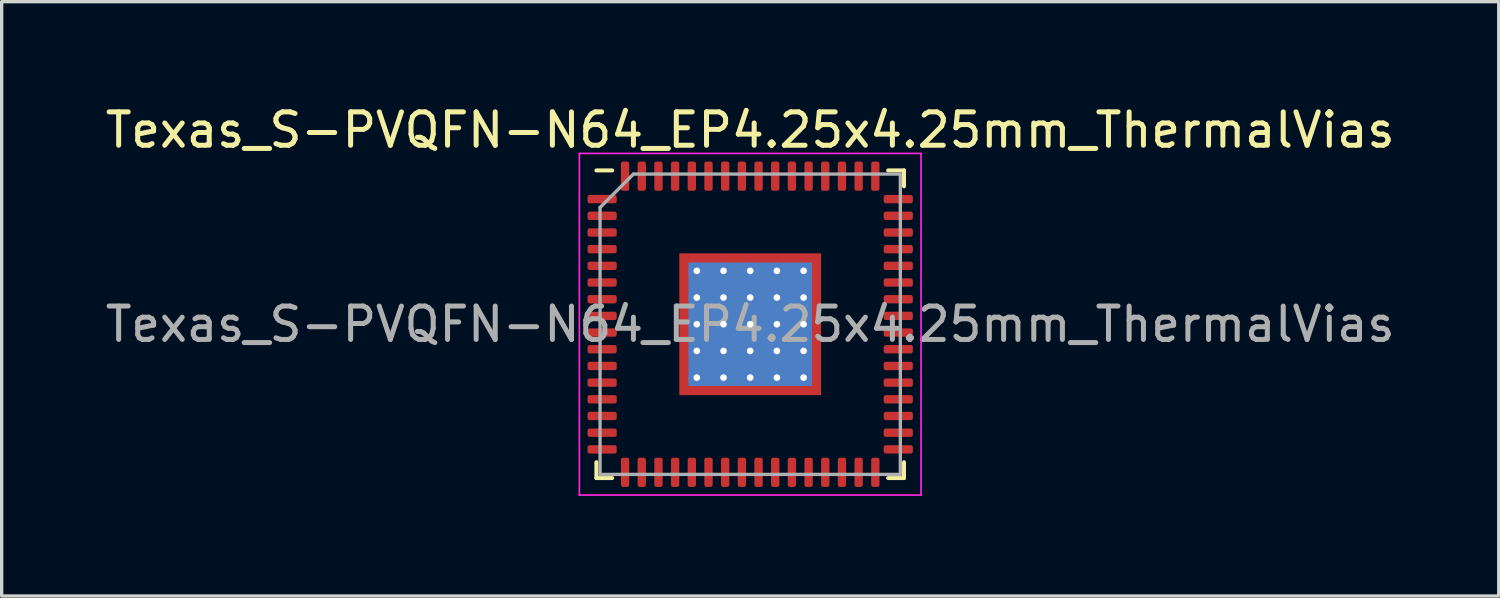
<source format=kicad_pcb>
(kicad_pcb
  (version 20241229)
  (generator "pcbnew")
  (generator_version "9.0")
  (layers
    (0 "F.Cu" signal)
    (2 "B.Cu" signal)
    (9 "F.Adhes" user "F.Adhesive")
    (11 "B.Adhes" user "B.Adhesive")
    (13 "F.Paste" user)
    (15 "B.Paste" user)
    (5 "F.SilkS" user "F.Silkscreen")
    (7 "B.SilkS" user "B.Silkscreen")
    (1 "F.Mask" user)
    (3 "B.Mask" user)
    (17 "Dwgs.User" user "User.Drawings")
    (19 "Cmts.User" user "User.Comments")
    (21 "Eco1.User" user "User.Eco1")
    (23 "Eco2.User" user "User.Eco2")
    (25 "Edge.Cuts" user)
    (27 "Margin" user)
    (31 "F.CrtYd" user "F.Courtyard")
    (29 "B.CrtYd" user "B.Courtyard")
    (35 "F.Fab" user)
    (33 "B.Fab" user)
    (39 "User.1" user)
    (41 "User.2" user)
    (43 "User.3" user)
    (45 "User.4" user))
  (footprint "Texas_S-PVQFN-N64_EP4.25x4.25mm_ThermalVias"
    (layer "F.Cu")
    (at 19.435 6.668)
    (property "Reference" "Texas_S-PVQFN-N64_EP4.25x4.25mm_ThermalVias" (at 0 -5.82 0) (layer "F.SilkS") (effects (font (size 1 1) (thickness 0.15))))
    (attr smd)
    (fp_line (start -4.61 4.61) (end -4.61 4.135) (stroke (width 0.12) (type solid)) (layer "F.SilkS"))
    (fp_line (start -4.135 -4.61) (end -4.61 -4.61) (stroke (width 0.12) (type solid)) (layer "F.SilkS"))
    (fp_line (start -4.135 4.61) (end -4.61 4.61) (stroke (width 0.12) (type solid)) (layer "F.SilkS"))
    (fp_line (start 4.135 -4.61) (end 4.61 -4.61) (stroke (width 0.12) (type solid)) (layer "F.SilkS"))
    (fp_line (start 4.135 4.61) (end 4.61 4.61) (stroke (width 0.12) (type solid)) (layer "F.SilkS"))
    (fp_line (start 4.61 -4.61) (end 4.61 -4.135) (stroke (width 0.12) (type solid)) (layer "F.SilkS"))
    (fp_line (start 4.61 4.61) (end 4.61 4.135) (stroke (width 0.12) (type solid)) (layer "F.SilkS"))
    (fp_line (start -5.12 -5.12) (end -5.12 5.12) (stroke (width 0.05) (type solid)) (layer "F.CrtYd"))
    (fp_line (start -5.12 5.12) (end 5.12 5.12) (stroke (width 0.05) (type solid)) (layer "F.CrtYd"))
    (fp_line (start 5.12 -5.12) (end -5.12 -5.12) (stroke (width 0.05) (type solid)) (layer "F.CrtYd"))
    (fp_line (start 5.12 5.12) (end 5.12 -5.12) (stroke (width 0.05) (type solid)) (layer "F.CrtYd"))
    (fp_line (start -4.5 -3.5) (end -3.5 -4.5) (stroke (width 0.1) (type solid)) (layer "F.Fab"))
    (fp_line (start -4.5 4.5) (end -4.5 -3.5) (stroke (width 0.1) (type solid)) (layer "F.Fab"))
    (fp_line (start -3.5 -4.5) (end 4.5 -4.5) (stroke (width 0.1) (type solid)) (layer "F.Fab"))
    (fp_line (start 4.5 -4.5) (end 4.5 4.5) (stroke (width 0.1) (type solid)) (layer "F.Fab"))
    (fp_line (start 4.5 4.5) (end -4.5 4.5) (stroke (width 0.1) (type solid)) (layer "F.Fab"))
    (fp_text user "${REFERENCE}" (at 0 0 0) (layer "F.Fab") (effects (font (size 1 1) (thickness 0.15))))
    (pad "" smd custom (at -1.863 -1.863) (size 0.295 0.295) (layers "F.Paste") (options (anchor circle)) (primitives (gr_poly (pts (xy 0.106 -0.013) (xy -0.013 0.106) (xy -0.106 0.106) (xy -0.106 -0.106) (xy 0.106 -0.106)) (width 0.212) (fill yes))))
    (pad "" smd custom (at -1.863 -1.2) (size 0.314 0.314) (layers "F.Paste") (options (anchor circle)) (primitives (gr_poly (pts (xy 0.106 -0.124) (xy 0.106 0.124) (xy 0.013 0.217) (xy -0.106 0.217) (xy -0.106 -0.217) (xy 0.013 -0.217)) (width 0.212) (fill yes))))
    (pad "" smd custom (at -1.863 -0.4) (size 0.314 0.314) (layers "F.Paste") (options (anchor circle)) (primitives (gr_poly (pts (xy 0.106 -0.124) (xy 0.106 0.124) (xy 0.013 0.217) (xy -0.106 0.217) (xy -0.106 -0.217) (xy 0.013 -0.217)) (width 0.212) (fill yes))))
    (pad "" smd custom (at -1.863 0.4) (size 0.314 0.314) (layers "F.Paste") (options (anchor circle)) (primitives (gr_poly (pts (xy 0.106 -0.124) (xy 0.106 0.124) (xy 0.013 0.217) (xy -0.106 0.217) (xy -0.106 -0.217) (xy 0.013 -0.217)) (width 0.212) (fill yes))))
    (pad "" smd custom (at -1.863 1.2) (size 0.314 0.314) (layers "F.Paste") (options (anchor circle)) (primitives (gr_poly (pts (xy 0.106 -0.124) (xy 0.106 0.124) (xy 0.013 0.217) (xy -0.106 0.217) (xy -0.106 -0.217) (xy 0.013 -0.217)) (width 0.212) (fill yes))))
    (pad "" smd custom (at -1.863 1.863) (size 0.295 0.295) (layers "F.Paste") (options (anchor circle)) (primitives (gr_poly (pts (xy 0.106 0.013) (xy 0.106 0.106) (xy -0.106 0.106) (xy -0.106 -0.106) (xy -0.013 -0.106)) (width 0.212) (fill yes))))
    (pad "" smd custom (at -1.2 -1.863) (size 0.314 0.314) (layers "F.Paste") (options (anchor circle)) (primitives (gr_poly (pts (xy 0.217 0.013) (xy 0.124 0.106) (xy -0.124 0.106) (xy -0.217 0.013) (xy -0.217 -0.106) (xy 0.217 -0.106)) (width 0.212) (fill yes))))
    (pad "" smd custom (at -1.2 -1.2) (size 0.555 0.555) (layers "F.Paste") (options (anchor circle)) (primitives (gr_poly (pts (xy 0.232 -0.157) (xy 0.232 0.157) (xy 0.157 0.232) (xy -0.157 0.232) (xy -0.232 0.157) (xy -0.232 -0.157) (xy -0.157 -0.232) (xy 0.157 -0.232)) (width 0.181) (fill yes))))
    (pad "" smd custom (at -1.2 -0.4) (size 0.555 0.555) (layers "F.Paste") (options (anchor circle)) (primitives (gr_poly (pts (xy 0.232 -0.157) (xy 0.232 0.157) (xy 0.157 0.232) (xy -0.157 0.232) (xy -0.232 0.157) (xy -0.232 -0.157) (xy -0.157 -0.232) (xy 0.157 -0.232)) (width 0.181) (fill yes))))
    (pad "" smd custom (at -1.2 0.4) (size 0.555 0.555) (layers "F.Paste") (options (anchor circle)) (primitives (gr_poly (pts (xy 0.232 -0.157) (xy 0.232 0.157) (xy 0.157 0.232) (xy -0.157 0.232) (xy -0.232 0.157) (xy -0.232 -0.157) (xy -0.157 -0.232) (xy 0.157 -0.232)) (width 0.181) (fill yes))))
    (pad "" smd custom (at -1.2 1.2) (size 0.555 0.555) (layers "F.Paste") (options (anchor circle)) (primitives (gr_poly (pts (xy 0.232 -0.157) (xy 0.232 0.157) (xy 0.157 0.232) (xy -0.157 0.232) (xy -0.232 0.157) (xy -0.232 -0.157) (xy -0.157 -0.232) (xy 0.157 -0.232)) (width 0.181) (fill yes))))
    (pad "" smd custom (at -1.2 1.863) (size 0.314 0.314) (layers "F.Paste") (options (anchor circle)) (primitives (gr_poly (pts (xy 0.217 -0.013) (xy 0.217 0.106) (xy -0.217 0.106) (xy -0.217 -0.013) (xy -0.124 -0.106) (xy 0.124 -0.106)) (width 0.212) (fill yes))))
    (pad "" smd custom (at -0.4 -1.863) (size 0.314 0.314) (layers "F.Paste") (options (anchor circle)) (primitives (gr_poly (pts (xy 0.217 0.013) (xy 0.124 0.106) (xy -0.124 0.106) (xy -0.217 0.013) (xy -0.217 -0.106) (xy 0.217 -0.106)) (width 0.212) (fill yes))))
    (pad "" smd custom (at -0.4 -1.2) (size 0.555 0.555) (layers "F.Paste") (options (anchor circle)) (primitives (gr_poly (pts (xy 0.232 -0.157) (xy 0.232 0.157) (xy 0.157 0.232) (xy -0.157 0.232) (xy -0.232 0.157) (xy -0.232 -0.157) (xy -0.157 -0.232) (xy 0.157 -0.232)) (width 0.181) (fill yes))))
    (pad "" smd custom (at -0.4 -0.4) (size 0.555 0.555) (layers "F.Paste") (options (anchor circle)) (primitives (gr_poly (pts (xy 0.232 -0.157) (xy 0.232 0.157) (xy 0.157 0.232) (xy -0.157 0.232) (xy -0.232 0.157) (xy -0.232 -0.157) (xy -0.157 -0.232) (xy 0.157 -0.232)) (width 0.181) (fill yes))))
    (pad "" smd custom (at -0.4 0.4) (size 0.555 0.555) (layers "F.Paste") (options (anchor circle)) (primitives (gr_poly (pts (xy 0.232 -0.157) (xy 0.232 0.157) (xy 0.157 0.232) (xy -0.157 0.232) (xy -0.232 0.157) (xy -0.232 -0.157) (xy -0.157 -0.232) (xy 0.157 -0.232)) (width 0.181) (fill yes))))
    (pad "" smd custom (at -0.4 1.2) (size 0.555 0.555) (layers "F.Paste") (options (anchor circle)) (primitives (gr_poly (pts (xy 0.232 -0.157) (xy 0.232 0.157) (xy 0.157 0.232) (xy -0.157 0.232) (xy -0.232 0.157) (xy -0.232 -0.157) (xy -0.157 -0.232) (xy 0.157 -0.232)) (width 0.181) (fill yes))))
    (pad "" smd custom (at -0.4 1.863) (size 0.314 0.314) (layers "F.Paste") (options (anchor circle)) (primitives (gr_poly (pts (xy 0.217 -0.013) (xy 0.217 0.106) (xy -0.217 0.106) (xy -0.217 -0.013) (xy -0.124 -0.106) (xy 0.124 -0.106)) (width 0.212) (fill yes))))
    (pad "" smd custom (at 0.4 -1.863) (size 0.314 0.314) (layers "F.Paste") (options (anchor circle)) (primitives (gr_poly (pts (xy 0.217 0.013) (xy 0.124 0.106) (xy -0.124 0.106) (xy -0.217 0.013) (xy -0.217 -0.106) (xy 0.217 -0.106)) (width 0.212) (fill yes))))
    (pad "" smd custom (at 0.4 -1.2) (size 0.555 0.555) (layers "F.Paste") (options (anchor circle)) (primitives (gr_poly (pts (xy 0.232 -0.157) (xy 0.232 0.157) (xy 0.157 0.232) (xy -0.157 0.232) (xy -0.232 0.157) (xy -0.232 -0.157) (xy -0.157 -0.232) (xy 0.157 -0.232)) (width 0.181) (fill yes))))
    (pad "" smd custom (at 0.4 -0.4) (size 0.555 0.555) (layers "F.Paste") (options (anchor circle)) (primitives (gr_poly (pts (xy 0.232 -0.157) (xy 0.232 0.157) (xy 0.157 0.232) (xy -0.157 0.232) (xy -0.232 0.157) (xy -0.232 -0.157) (xy -0.157 -0.232) (xy 0.157 -0.232)) (width 0.181) (fill yes))))
    (pad "" smd custom (at 0.4 0.4) (size 0.555 0.555) (layers "F.Paste") (options (anchor circle)) (primitives (gr_poly (pts (xy 0.232 -0.157) (xy 0.232 0.157) (xy 0.157 0.232) (xy -0.157 0.232) (xy -0.232 0.157) (xy -0.232 -0.157) (xy -0.157 -0.232) (xy 0.157 -0.232)) (width 0.181) (fill yes))))
    (pad "" smd custom (at 0.4 1.2) (size 0.555 0.555) (layers "F.Paste") (options (anchor circle)) (primitives (gr_poly (pts (xy 0.232 -0.157) (xy 0.232 0.157) (xy 0.157 0.232) (xy -0.157 0.232) (xy -0.232 0.157) (xy -0.232 -0.157) (xy -0.157 -0.232) (xy 0.157 -0.232)) (width 0.181) (fill yes))))
    (pad "" smd custom (at 0.4 1.863) (size 0.314 0.314) (layers "F.Paste") (options (anchor circle)) (primitives (gr_poly (pts (xy 0.217 -0.013) (xy 0.217 0.106) (xy -0.217 0.106) (xy -0.217 -0.013) (xy -0.124 -0.106) (xy 0.124 -0.106)) (width 0.212) (fill yes))))
    (pad "" smd custom (at 1.2 -1.863) (size 0.314 0.314) (layers "F.Paste") (options (anchor circle)) (primitives (gr_poly (pts (xy 0.217 0.013) (xy 0.124 0.106) (xy -0.124 0.106) (xy -0.217 0.013) (xy -0.217 -0.106) (xy 0.217 -0.106)) (width 0.212) (fill yes))))
    (pad "" smd custom (at 1.2 -1.2) (size 0.555 0.555) (layers "F.Paste") (options (anchor circle)) (primitives (gr_poly (pts (xy 0.232 -0.157) (xy 0.232 0.157) (xy 0.157 0.232) (xy -0.157 0.232) (xy -0.232 0.157) (xy -0.232 -0.157) (xy -0.157 -0.232) (xy 0.157 -0.232)) (width 0.181) (fill yes))))
    (pad "" smd custom (at 1.2 -0.4) (size 0.555 0.555) (layers "F.Paste") (options (anchor circle)) (primitives (gr_poly (pts (xy 0.232 -0.157) (xy 0.232 0.157) (xy 0.157 0.232) (xy -0.157 0.232) (xy -0.232 0.157) (xy -0.232 -0.157) (xy -0.157 -0.232) (xy 0.157 -0.232)) (width 0.181) (fill yes))))
    (pad "" smd custom (at 1.2 0.4) (size 0.555 0.555) (layers "F.Paste") (options (anchor circle)) (primitives (gr_poly (pts (xy 0.232 -0.157) (xy 0.232 0.157) (xy 0.157 0.232) (xy -0.157 0.232) (xy -0.232 0.157) (xy -0.232 -0.157) (xy -0.157 -0.232) (xy 0.157 -0.232)) (width 0.181) (fill yes))))
    (pad "" smd custom (at 1.2 1.2) (size 0.555 0.555) (layers "F.Paste") (options (anchor circle)) (primitives (gr_poly (pts (xy 0.232 -0.157) (xy 0.232 0.157) (xy 0.157 0.232) (xy -0.157 0.232) (xy -0.232 0.157) (xy -0.232 -0.157) (xy -0.157 -0.232) (xy 0.157 -0.232)) (width 0.181) (fill yes))))
    (pad "" smd custom (at 1.2 1.863) (size 0.314 0.314) (layers "F.Paste") (options (anchor circle)) (primitives (gr_poly (pts (xy 0.217 -0.013) (xy 0.217 0.106) (xy -0.217 0.106) (xy -0.217 -0.013) (xy -0.124 -0.106) (xy 0.124 -0.106)) (width 0.212) (fill yes))))
    (pad "" smd custom (at 1.863 -1.863) (size 0.295 0.295) (layers "F.Paste") (options (anchor circle)) (primitives (gr_poly (pts (xy 0.106 0.106) (xy 0.013 0.106) (xy -0.106 -0.013) (xy -0.106 -0.106) (xy 0.106 -0.106)) (width 0.212) (fill yes))))
    (pad "" smd custom (at 1.863 -1.2) (size 0.314 0.314) (layers "F.Paste") (options (anchor circle)) (primitives (gr_poly (pts (xy 0.106 0.217) (xy -0.013 0.217) (xy -0.106 0.124) (xy -0.106 -0.124) (xy -0.013 -0.217) (xy 0.106 -0.217)) (width 0.212) (fill yes))))
    (pad "" smd custom (at 1.863 -0.4) (size 0.314 0.314) (layers "F.Paste") (options (anchor circle)) (primitives (gr_poly (pts (xy 0.106 0.217) (xy -0.013 0.217) (xy -0.106 0.124) (xy -0.106 -0.124) (xy -0.013 -0.217) (xy 0.106 -0.217)) (width 0.212) (fill yes))))
    (pad "" smd custom (at 1.863 0.4) (size 0.314 0.314) (layers "F.Paste") (options (anchor circle)) (primitives (gr_poly (pts (xy 0.106 0.217) (xy -0.013 0.217) (xy -0.106 0.124) (xy -0.106 -0.124) (xy -0.013 -0.217) (xy 0.106 -0.217)) (width 0.212) (fill yes))))
    (pad "" smd custom (at 1.863 1.2) (size 0.314 0.314) (layers "F.Paste") (options (anchor circle)) (primitives (gr_poly (pts (xy 0.106 0.217) (xy -0.013 0.217) (xy -0.106 0.124) (xy -0.106 -0.124) (xy -0.013 -0.217) (xy 0.106 -0.217)) (width 0.212) (fill yes))))
    (pad "" smd custom (at 1.863 1.863) (size 0.295 0.295) (layers "F.Paste") (options (anchor circle)) (primitives (gr_poly (pts (xy 0.106 0.106) (xy -0.106 0.106) (xy -0.106 0.013) (xy 0.013 -0.106) (xy 0.106 -0.106)) (width 0.212) (fill yes))))
    (pad "1" smd roundrect (at -4.438 -3.75) (size 0.875 0.25) (layers "F.Cu" "F.Mask" "F.Paste") (roundrect_rratio 0.25))
    (pad "2" smd roundrect (at -4.438 -3.25) (size 0.875 0.25) (layers "F.Cu" "F.Mask" "F.Paste") (roundrect_rratio 0.25))
    (pad "3" smd roundrect (at -4.438 -2.75) (size 0.875 0.25) (layers "F.Cu" "F.Mask" "F.Paste") (roundrect_rratio 0.25))
    (pad "4" smd roundrect (at -4.438 -2.25) (size 0.875 0.25) (layers "F.Cu" "F.Mask" "F.Paste") (roundrect_rratio 0.25))
    (pad "5" smd roundrect (at -4.438 -1.75) (size 0.875 0.25) (layers "F.Cu" "F.Mask" "F.Paste") (roundrect_rratio 0.25))
    (pad "6" smd roundrect (at -4.438 -1.25) (size 0.875 0.25) (layers "F.Cu" "F.Mask" "F.Paste") (roundrect_rratio 0.25))
    (pad "7" smd roundrect (at -4.438 -0.75) (size 0.875 0.25) (layers "F.Cu" "F.Mask" "F.Paste") (roundrect_rratio 0.25))
    (pad "8" smd roundrect (at -4.438 -0.25) (size 0.875 0.25) (layers "F.Cu" "F.Mask" "F.Paste") (roundrect_rratio 0.25))
    (pad "9" smd roundrect (at -4.438 0.25) (size 0.875 0.25) (layers "F.Cu" "F.Mask" "F.Paste") (roundrect_rratio 0.25))
    (pad "10" smd roundrect (at -4.438 0.75) (size 0.875 0.25) (layers "F.Cu" "F.Mask" "F.Paste") (roundrect_rratio 0.25))
    (pad "11" smd roundrect (at -4.438 1.25) (size 0.875 0.25) (layers "F.Cu" "F.Mask" "F.Paste") (roundrect_rratio 0.25))
    (pad "12" smd roundrect (at -4.438 1.75) (size 0.875 0.25) (layers "F.Cu" "F.Mask" "F.Paste") (roundrect_rratio 0.25))
    (pad "13" smd roundrect (at -4.438 2.25) (size 0.875 0.25) (layers "F.Cu" "F.Mask" "F.Paste") (roundrect_rratio 0.25))
    (pad "14" smd roundrect (at -4.438 2.75) (size 0.875 0.25) (layers "F.Cu" "F.Mask" "F.Paste") (roundrect_rratio 0.25))
    (pad "15" smd roundrect (at -4.438 3.25) (size 0.875 0.25) (layers "F.Cu" "F.Mask" "F.Paste") (roundrect_rratio 0.25))
    (pad "16" smd roundrect (at -4.438 3.75) (size 0.875 0.25) (layers "F.Cu" "F.Mask" "F.Paste") (roundrect_rratio 0.25))
    (pad "17" smd roundrect (at -3.75 4.438) (size 0.25 0.875) (layers "F.Cu" "F.Mask" "F.Paste") (roundrect_rratio 0.25))
    (pad "18" smd roundrect (at -3.25 4.438) (size 0.25 0.875) (layers "F.Cu" "F.Mask" "F.Paste") (roundrect_rratio 0.25))
    (pad "19" smd roundrect (at -2.75 4.438) (size 0.25 0.875) (layers "F.Cu" "F.Mask" "F.Paste") (roundrect_rratio 0.25))
    (pad "20" smd roundrect (at -2.25 4.438) (size 0.25 0.875) (layers "F.Cu" "F.Mask" "F.Paste") (roundrect_rratio 0.25))
    (pad "21" smd roundrect (at -1.75 4.438) (size 0.25 0.875) (layers "F.Cu" "F.Mask" "F.Paste") (roundrect_rratio 0.25))
    (pad "22" smd roundrect (at -1.25 4.438) (size 0.25 0.875) (layers "F.Cu" "F.Mask" "F.Paste") (roundrect_rratio 0.25))
    (pad "23" smd roundrect (at -0.75 4.438) (size 0.25 0.875) (layers "F.Cu" "F.Mask" "F.Paste") (roundrect_rratio 0.25))
    (pad "24" smd roundrect (at -0.25 4.438) (size 0.25 0.875) (layers "F.Cu" "F.Mask" "F.Paste") (roundrect_rratio 0.25))
    (pad "25" smd roundrect (at 0.25 4.438) (size 0.25 0.875) (layers "F.Cu" "F.Mask" "F.Paste") (roundrect_rratio 0.25))
    (pad "26" smd roundrect (at 0.75 4.438) (size 0.25 0.875) (layers "F.Cu" "F.Mask" "F.Paste") (roundrect_rratio 0.25))
    (pad "27" smd roundrect (at 1.25 4.438) (size 0.25 0.875) (layers "F.Cu" "F.Mask" "F.Paste") (roundrect_rratio 0.25))
    (pad "28" smd roundrect (at 1.75 4.438) (size 0.25 0.875) (layers "F.Cu" "F.Mask" "F.Paste") (roundrect_rratio 0.25))
    (pad "29" smd roundrect (at 2.25 4.438) (size 0.25 0.875) (layers "F.Cu" "F.Mask" "F.Paste") (roundrect_rratio 0.25))
    (pad "30" smd roundrect (at 2.75 4.438) (size 0.25 0.875) (layers "F.Cu" "F.Mask" "F.Paste") (roundrect_rratio 0.25))
    (pad "31" smd roundrect (at 3.25 4.438) (size 0.25 0.875) (layers "F.Cu" "F.Mask" "F.Paste") (roundrect_rratio 0.25))
    (pad "32" smd roundrect (at 3.75 4.438) (size 0.25 0.875) (layers "F.Cu" "F.Mask" "F.Paste") (roundrect_rratio 0.25))
    (pad "33" smd roundrect (at 4.438 3.75) (size 0.875 0.25) (layers "F.Cu" "F.Mask" "F.Paste") (roundrect_rratio 0.25))
    (pad "34" smd roundrect (at 4.438 3.25) (size 0.875 0.25) (layers "F.Cu" "F.Mask" "F.Paste") (roundrect_rratio 0.25))
    (pad "35" smd roundrect (at 4.438 2.75) (size 0.875 0.25) (layers "F.Cu" "F.Mask" "F.Paste") (roundrect_rratio 0.25))
    (pad "36" smd roundrect (at 4.438 2.25) (size 0.875 0.25) (layers "F.Cu" "F.Mask" "F.Paste") (roundrect_rratio 0.25))
    (pad "37" smd roundrect (at 4.438 1.75) (size 0.875 0.25) (layers "F.Cu" "F.Mask" "F.Paste") (roundrect_rratio 0.25))
    (pad "38" smd roundrect (at 4.438 1.25) (size 0.875 0.25) (layers "F.Cu" "F.Mask" "F.Paste") (roundrect_rratio 0.25))
    (pad "39" smd roundrect (at 4.438 0.75) (size 0.875 0.25) (layers "F.Cu" "F.Mask" "F.Paste") (roundrect_rratio 0.25))
    (pad "40" smd roundrect (at 4.438 0.25) (size 0.875 0.25) (layers "F.Cu" "F.Mask" "F.Paste") (roundrect_rratio 0.25))
    (pad "41" smd roundrect (at 4.438 -0.25) (size 0.875 0.25) (layers "F.Cu" "F.Mask" "F.Paste") (roundrect_rratio 0.25))
    (pad "42" smd roundrect (at 4.438 -0.75) (size 0.875 0.25) (layers "F.Cu" "F.Mask" "F.Paste") (roundrect_rratio 0.25))
    (pad "43" smd roundrect (at 4.438 -1.25) (size 0.875 0.25) (layers "F.Cu" "F.Mask" "F.Paste") (roundrect_rratio 0.25))
    (pad "44" smd roundrect (at 4.438 -1.75) (size 0.875 0.25) (layers "F.Cu" "F.Mask" "F.Paste") (roundrect_rratio 0.25))
    (pad "45" smd roundrect (at 4.438 -2.25) (size 0.875 0.25) (layers "F.Cu" "F.Mask" "F.Paste") (roundrect_rratio 0.25))
    (pad "46" smd roundrect (at 4.438 -2.75) (size 0.875 0.25) (layers "F.Cu" "F.Mask" "F.Paste") (roundrect_rratio 0.25))
    (pad "47" smd roundrect (at 4.438 -3.25) (size 0.875 0.25) (layers "F.Cu" "F.Mask" "F.Paste") (roundrect_rratio 0.25))
    (pad "48" smd roundrect (at 4.438 -3.75) (size 0.875 0.25) (layers "F.Cu" "F.Mask" "F.Paste") (roundrect_rratio 0.25))
    (pad "49" smd roundrect (at 3.75 -4.438) (size 0.25 0.875) (layers "F.Cu" "F.Mask" "F.Paste") (roundrect_rratio 0.25))
    (pad "50" smd roundrect (at 3.25 -4.438) (size 0.25 0.875) (layers "F.Cu" "F.Mask" "F.Paste") (roundrect_rratio 0.25))
    (pad "51" smd roundrect (at 2.75 -4.438) (size 0.25 0.875) (layers "F.Cu" "F.Mask" "F.Paste") (roundrect_rratio 0.25))
    (pad "52" smd roundrect (at 2.25 -4.438) (size 0.25 0.875) (layers "F.Cu" "F.Mask" "F.Paste") (roundrect_rratio 0.25))
    (pad "53" smd roundrect (at 1.75 -4.438) (size 0.25 0.875) (layers "F.Cu" "F.Mask" "F.Paste") (roundrect_rratio 0.25))
    (pad "54" smd roundrect (at 1.25 -4.438) (size 0.25 0.875) (layers "F.Cu" "F.Mask" "F.Paste") (roundrect_rratio 0.25))
    (pad "55" smd roundrect (at 0.75 -4.438) (size 0.25 0.875) (layers "F.Cu" "F.Mask" "F.Paste") (roundrect_rratio 0.25))
    (pad "56" smd roundrect (at 0.25 -4.438) (size 0.25 0.875) (layers "F.Cu" "F.Mask" "F.Paste") (roundrect_rratio 0.25))
    (pad "57" smd roundrect (at -0.25 -4.438) (size 0.25 0.875) (layers "F.Cu" "F.Mask" "F.Paste") (roundrect_rratio 0.25))
    (pad "58" smd roundrect (at -0.75 -4.438) (size 0.25 0.875) (layers "F.Cu" "F.Mask" "F.Paste") (roundrect_rratio 0.25))
    (pad "59" smd roundrect (at -1.25 -4.438) (size 0.25 0.875) (layers "F.Cu" "F.Mask" "F.Paste") (roundrect_rratio 0.25))
    (pad "60" smd roundrect (at -1.75 -4.438) (size 0.25 0.875) (layers "F.Cu" "F.Mask" "F.Paste") (roundrect_rratio 0.25))
    (pad "61" smd roundrect (at -2.25 -4.438) (size 0.25 0.875) (layers "F.Cu" "F.Mask" "F.Paste") (roundrect_rratio 0.25))
    (pad "62" smd roundrect (at -2.75 -4.438) (size 0.25 0.875) (layers "F.Cu" "F.Mask" "F.Paste") (roundrect_rratio 0.25))
    (pad "63" smd roundrect (at -3.25 -4.438) (size 0.25 0.875) (layers "F.Cu" "F.Mask" "F.Paste") (roundrect_rratio 0.25))
    (pad "64" smd roundrect (at -3.75 -4.438) (size 0.25 0.875) (layers "F.Cu" "F.Mask" "F.Paste") (roundrect_rratio 0.25))
    (pad "65" thru_hole circle (at -1.6 -1.6) (size 0.5 0.5) (drill 0.2) (layers "*.Cu"))
    (pad "65" thru_hole circle (at -1.6 -0.8) (size 0.5 0.5) (drill 0.2) (layers "*.Cu"))
    (pad "65" thru_hole circle (at -1.6 0) (size 0.5 0.5) (drill 0.2) (layers "*.Cu"))
    (pad "65" thru_hole circle (at -1.6 0.8) (size 0.5 0.5) (drill 0.2) (layers "*.Cu"))
    (pad "65" thru_hole circle (at -1.6 1.6) (size 0.5 0.5) (drill 0.2) (layers "*.Cu"))
    (pad "65" thru_hole circle (at -0.8 -1.6) (size 0.5 0.5) (drill 0.2) (layers "*.Cu"))
    (pad "65" thru_hole circle (at -0.8 -0.8) (size 0.5 0.5) (drill 0.2) (layers "*.Cu"))
    (pad "65" thru_hole circle (at -0.8 0) (size 0.5 0.5) (drill 0.2) (layers "*.Cu"))
    (pad "65" thru_hole circle (at -0.8 0.8) (size 0.5 0.5) (drill 0.2) (layers "*.Cu"))
    (pad "65" thru_hole circle (at -0.8 1.6) (size 0.5 0.5) (drill 0.2) (layers "*.Cu"))
    (pad "65" thru_hole circle (at 0 -1.6) (size 0.5 0.5) (drill 0.2) (layers "*.Cu"))
    (pad "65" thru_hole circle (at 0 -0.8) (size 0.5 0.5) (drill 0.2) (layers "*.Cu"))
    (pad "65" thru_hole circle (at 0 0) (size 0.5 0.5) (drill 0.2) (layers "*.Cu"))
    (pad "65" smd rect (at 0 0) (size 3.7 3.7) (layers "B.Cu"))
    (pad "65" smd rect (at 0 0) (size 4.25 4.25) (layers "F.Cu" "F.Mask"))
    (pad "65" thru_hole circle (at 0 0.8) (size 0.5 0.5) (drill 0.2) (layers "*.Cu"))
    (pad "65" thru_hole circle (at 0 1.6) (size 0.5 0.5) (drill 0.2) (layers "*.Cu"))
    (pad "65" thru_hole circle (at 0.8 -1.6) (size 0.5 0.5) (drill 0.2) (layers "*.Cu"))
    (pad "65" thru_hole circle (at 0.8 -0.8) (size 0.5 0.5) (drill 0.2) (layers "*.Cu"))
    (pad "65" thru_hole circle (at 0.8 0) (size 0.5 0.5) (drill 0.2) (layers "*.Cu"))
    (pad "65" thru_hole circle (at 0.8 0.8) (size 0.5 0.5) (drill 0.2) (layers "*.Cu"))
    (pad "65" thru_hole circle (at 0.8 1.6) (size 0.5 0.5) (drill 0.2) (layers "*.Cu"))
    (pad "65" thru_hole circle (at 1.6 -1.6) (size 0.5 0.5) (drill 0.2) (layers "*.Cu"))
    (pad "65" thru_hole circle (at 1.6 -0.8) (size 0.5 0.5) (drill 0.2) (layers "*.Cu"))
    (pad "65" thru_hole circle (at 1.6 0) (size 0.5 0.5) (drill 0.2) (layers "*.Cu"))
    (pad "65" thru_hole circle (at 1.6 0.8) (size 0.5 0.5) (drill 0.2) (layers "*.Cu"))
    (pad "65" thru_hole circle (at 1.6 1.6) (size 0.5 0.5) (drill 0.2) (layers "*.Cu")))
  (gr_rect
    (start -3 -3)
    (end 41.869 14.813)
    (stroke (width 0.1) (type default))
    (fill no)
    (layer "Edge.Cuts")))
</source>
